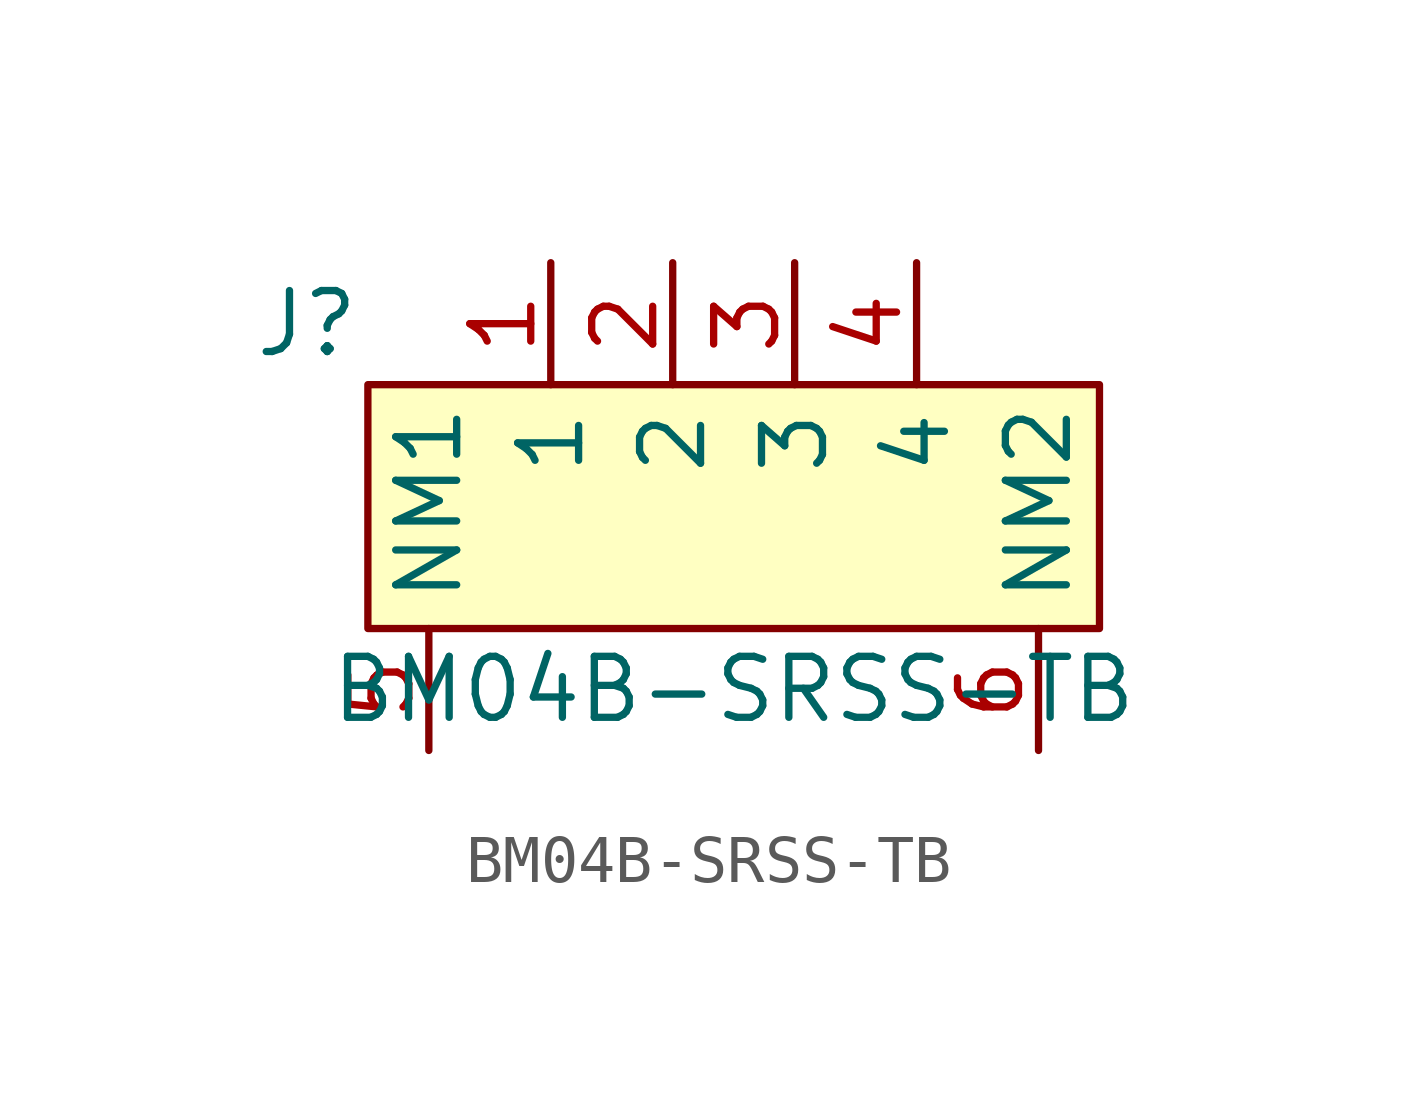
<source format=kicad_sym>
(kicad_symbol_lib
  (version 20211014)
  (generator kicad_symbol_editor)
  (symbol "BM04B-SRSS-TB"
    (property "Reference" "J"
      (at -8.89 2.54 0)
      (effects (font (size 1.27 1.27))))
    (property "Value" "BM04B-SRSS-TB"
      (at 0 -5.08 0)
      (effects (font (size 1.27 1.27))))
    (symbol "BM04B-SRSS-TB_0_1"
      (rectangle (start -7.62 1.27) (end 7.62 -3.81) (stroke (width 0) (type default) (color 0 0 0 0)) (fill (type background))))
    (symbol "BM04B-SRSS-TB_1_1"
      (pin input line (at -3.81 3.81 270) (length 2.54) (name "1" (effects (font (size 1.27 1.27)))) (number "1" (effects (font (size 1.27 1.27)))))
      (pin input line (at -1.27 3.81 270) (length 2.54) (name "2" (effects (font (size 1.27 1.27)))) (number "2" (effects (font (size 1.27 1.27)))))
      (pin input line (at 1.27 3.81 270) (length 2.54) (name "3" (effects (font (size 1.27 1.27)))) (number "3" (effects (font (size 1.27 1.27)))))
      (pin input line (at 3.81 3.81 270) (length 2.54) (name "4" (effects (font (size 1.27 1.27)))) (number "4" (effects (font (size 1.27 1.27)))))
      (pin passive line (at -6.35 -6.35 90) (length 2.54) (name "NM1" (effects (font (size 1.27 1.27)))) (number "5" (effects (font (size 1.27 1.27)))))
      (pin passive line (at 6.35 -6.35 90) (length 2.54) (name "NM2" (effects (font (size 1.27 1.27)))) (number "6" (effects (font (size 1.27 1.27))))))))
</source>
